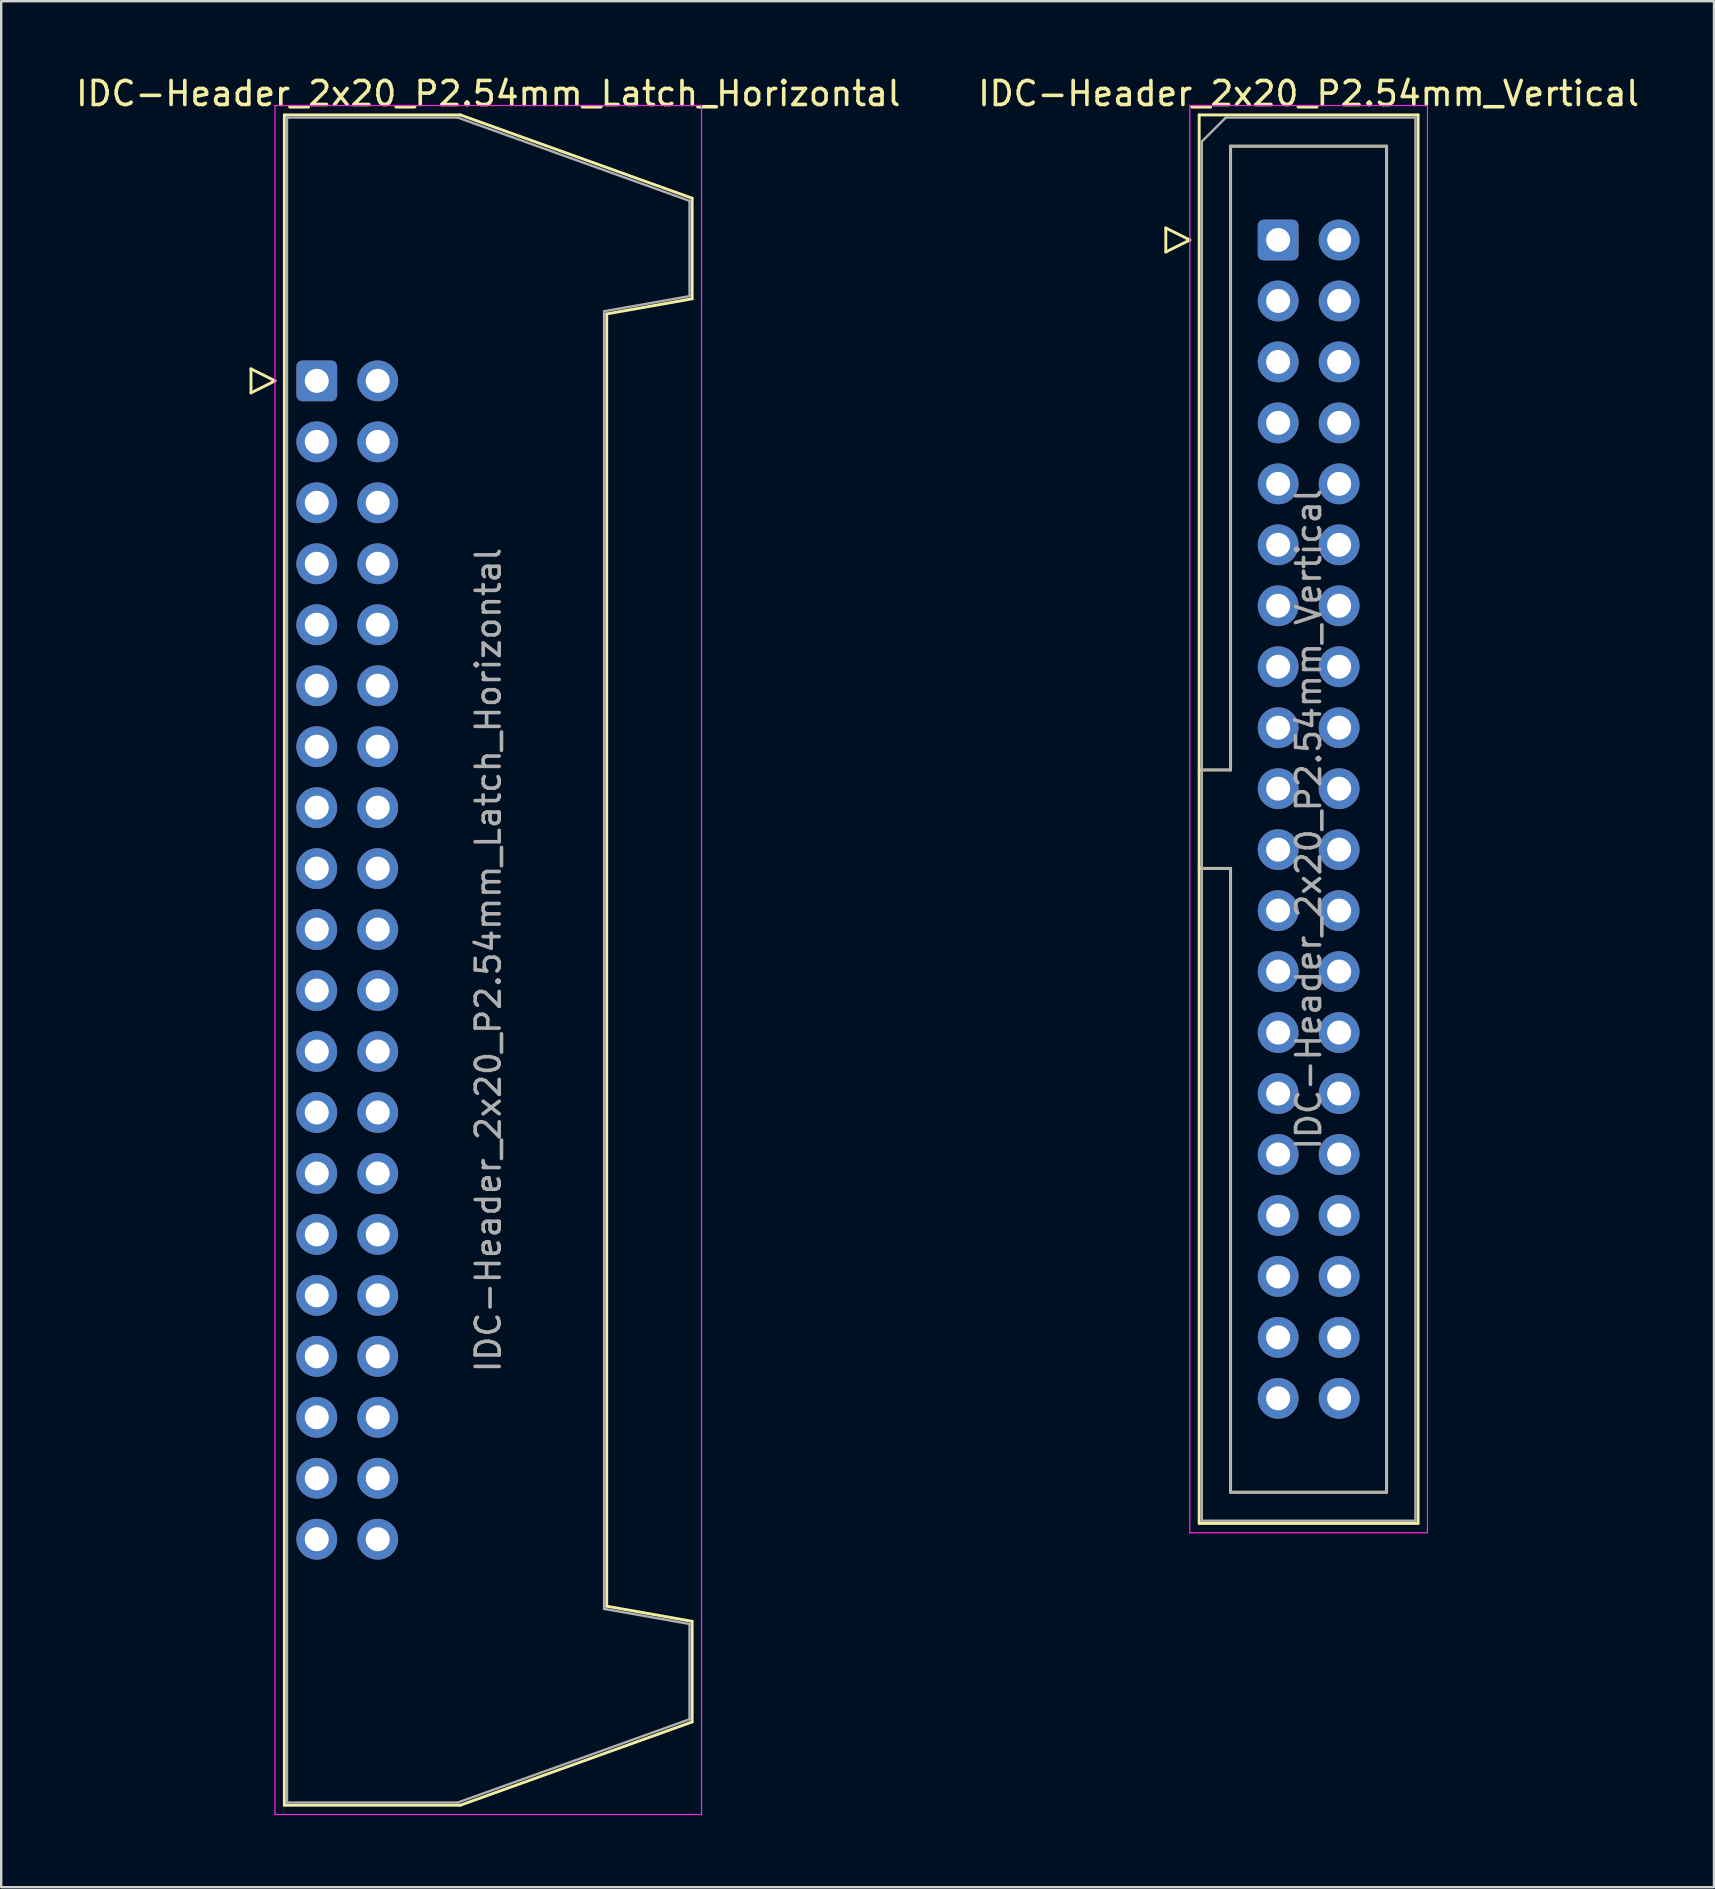
<source format=kicad_pcb>
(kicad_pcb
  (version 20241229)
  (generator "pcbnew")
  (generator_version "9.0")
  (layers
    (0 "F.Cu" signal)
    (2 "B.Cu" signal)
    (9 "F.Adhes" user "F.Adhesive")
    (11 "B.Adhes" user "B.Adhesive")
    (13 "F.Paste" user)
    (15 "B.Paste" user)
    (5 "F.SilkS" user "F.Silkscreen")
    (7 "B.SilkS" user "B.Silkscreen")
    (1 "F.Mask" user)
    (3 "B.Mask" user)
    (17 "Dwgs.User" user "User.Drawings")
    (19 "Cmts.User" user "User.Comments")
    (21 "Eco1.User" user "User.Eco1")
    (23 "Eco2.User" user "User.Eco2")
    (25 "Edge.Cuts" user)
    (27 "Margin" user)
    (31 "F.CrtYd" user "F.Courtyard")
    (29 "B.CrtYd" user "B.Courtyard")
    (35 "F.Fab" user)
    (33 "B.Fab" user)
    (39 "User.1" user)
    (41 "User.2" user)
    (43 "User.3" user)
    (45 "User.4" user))
  (footprint "IDC-Header_2x20_P2.54mm_Latch_Horizontal"
    (layer "F.Cu")
    (at 10.147 12.818)
    (property "Reference" "IDC-Header_2x20_P2.54mm_Latch_Horizontal" (at 7.145 -11.97 0) (layer "F.SilkS") (effects (font (size 1 1) (thickness 0.15))))
    (attr through_hole)
    (fp_line (start -2.74 -0.5) (end -2.74 0.5) (stroke (width 0.12) (type solid)) (layer "F.SilkS"))
    (fp_line (start -2.74 0.5) (end -1.74 0) (stroke (width 0.12) (type solid)) (layer "F.SilkS"))
    (fp_line (start -1.74 0) (end -2.74 -0.5) (stroke (width 0.12) (type solid)) (layer "F.SilkS"))
    (fp_line (start -1.35 -11.08) (end 5.98 -11.08) (stroke (width 0.12) (type solid)) (layer "F.SilkS"))
    (fp_line (start -1.35 59.34) (end -1.35 -11.08) (stroke (width 0.12) (type solid)) (layer "F.SilkS"))
    (fp_line (start 5.98 -11.08) (end 15.64 -7.61) (stroke (width 0.12) (type solid)) (layer "F.SilkS"))
    (fp_line (start 5.98 59.34) (end -1.35 59.34) (stroke (width 0.12) (type solid)) (layer "F.SilkS"))
    (fp_line (start 12.08 -2.79) (end 12.08 51.05) (stroke (width 0.12) (type solid)) (layer "F.SilkS"))
    (fp_line (start 12.08 51.05) (end 15.64 51.68) (stroke (width 0.12) (type solid)) (layer "F.SilkS"))
    (fp_line (start 15.64 -7.61) (end 15.64 -3.42) (stroke (width 0.12) (type solid)) (layer "F.SilkS"))
    (fp_line (start 15.64 -3.42) (end 12.08 -2.79) (stroke (width 0.12) (type solid)) (layer "F.SilkS"))
    (fp_line (start 15.64 51.68) (end 15.64 55.87) (stroke (width 0.12) (type solid)) (layer "F.SilkS"))
    (fp_line (start 15.64 55.87) (end 5.98 59.34) (stroke (width 0.12) (type solid)) (layer "F.SilkS"))
    (fp_line (start -1.74 -11.47) (end -1.74 59.73) (stroke (width 0.05) (type solid)) (layer "F.CrtYd"))
    (fp_line (start -1.74 59.73) (end 16.03 59.73) (stroke (width 0.05) (type solid)) (layer "F.CrtYd"))
    (fp_line (start 16.03 -11.47) (end -1.74 -11.47) (stroke (width 0.05) (type solid)) (layer "F.CrtYd"))
    (fp_line (start 16.03 59.73) (end 16.03 -11.47) (stroke (width 0.05) (type solid)) (layer "F.CrtYd"))
    (fp_line (start -1.24 -10.97) (end 5.87 -10.97) (stroke (width 0.1) (type solid)) (layer "F.Fab"))
    (fp_line (start -1.24 59.23) (end -1.24 -10.97) (stroke (width 0.1) (type solid)) (layer "F.Fab"))
    (fp_line (start 5.87 -10.97) (end 15.53 -7.5) (stroke (width 0.1) (type solid)) (layer "F.Fab"))
    (fp_line (start 5.87 59.23) (end -1.24 59.23) (stroke (width 0.1) (type solid)) (layer "F.Fab"))
    (fp_line (start 11.97 -2.9) (end 11.97 51.16) (stroke (width 0.1) (type solid)) (layer "F.Fab"))
    (fp_line (start 11.97 51.16) (end 15.53 51.79) (stroke (width 0.1) (type solid)) (layer "F.Fab"))
    (fp_line (start 15.53 -7.5) (end 15.53 -3.53) (stroke (width 0.1) (type solid)) (layer "F.Fab"))
    (fp_line (start 15.53 -3.53) (end 11.97 -2.9) (stroke (width 0.1) (type solid)) (layer "F.Fab"))
    (fp_line (start 15.53 51.79) (end 15.53 55.76) (stroke (width 0.1) (type solid)) (layer "F.Fab"))
    (fp_line (start 15.53 55.76) (end 5.87 59.23) (stroke (width 0.1) (type solid)) (layer "F.Fab"))
    (fp_text user "${REFERENCE}" (at 7.145 24.13 90) (layer "F.Fab") (effects (font (size 1 1) (thickness 0.15))))
    (pad "1" thru_hole roundrect (at 0 0) (size 1.7 1.7) (drill 1) (layers "*.Cu" "*.Mask") (roundrect_rratio 0.147))
    (pad "2" thru_hole circle (at 2.54 0) (size 1.7 1.7) (drill 1) (layers "*.Cu" "*.Mask"))
    (pad "3" thru_hole circle (at 0 2.54) (size 1.7 1.7) (drill 1) (layers "*.Cu" "*.Mask"))
    (pad "4" thru_hole circle (at 2.54 2.54) (size 1.7 1.7) (drill 1) (layers "*.Cu" "*.Mask"))
    (pad "5" thru_hole circle (at 0 5.08) (size 1.7 1.7) (drill 1) (layers "*.Cu" "*.Mask"))
    (pad "6" thru_hole circle (at 2.54 5.08) (size 1.7 1.7) (drill 1) (layers "*.Cu" "*.Mask"))
    (pad "7" thru_hole circle (at 0 7.62) (size 1.7 1.7) (drill 1) (layers "*.Cu" "*.Mask"))
    (pad "8" thru_hole circle (at 2.54 7.62) (size 1.7 1.7) (drill 1) (layers "*.Cu" "*.Mask"))
    (pad "9" thru_hole circle (at 0 10.16) (size 1.7 1.7) (drill 1) (layers "*.Cu" "*.Mask"))
    (pad "10" thru_hole circle (at 2.54 10.16) (size 1.7 1.7) (drill 1) (layers "*.Cu" "*.Mask"))
    (pad "11" thru_hole circle (at 0 12.7) (size 1.7 1.7) (drill 1) (layers "*.Cu" "*.Mask"))
    (pad "12" thru_hole circle (at 2.54 12.7) (size 1.7 1.7) (drill 1) (layers "*.Cu" "*.Mask"))
    (pad "13" thru_hole circle (at 0 15.24) (size 1.7 1.7) (drill 1) (layers "*.Cu" "*.Mask"))
    (pad "14" thru_hole circle (at 2.54 15.24) (size 1.7 1.7) (drill 1) (layers "*.Cu" "*.Mask"))
    (pad "15" thru_hole circle (at 0 17.78) (size 1.7 1.7) (drill 1) (layers "*.Cu" "*.Mask"))
    (pad "16" thru_hole circle (at 2.54 17.78) (size 1.7 1.7) (drill 1) (layers "*.Cu" "*.Mask"))
    (pad "17" thru_hole circle (at 0 20.32) (size 1.7 1.7) (drill 1) (layers "*.Cu" "*.Mask"))
    (pad "18" thru_hole circle (at 2.54 20.32) (size 1.7 1.7) (drill 1) (layers "*.Cu" "*.Mask"))
    (pad "19" thru_hole circle (at 0 22.86) (size 1.7 1.7) (drill 1) (layers "*.Cu" "*.Mask"))
    (pad "20" thru_hole circle (at 2.54 22.86) (size 1.7 1.7) (drill 1) (layers "*.Cu" "*.Mask"))
    (pad "21" thru_hole circle (at 0 25.4) (size 1.7 1.7) (drill 1) (layers "*.Cu" "*.Mask"))
    (pad "22" thru_hole circle (at 2.54 25.4) (size 1.7 1.7) (drill 1) (layers "*.Cu" "*.Mask"))
    (pad "23" thru_hole circle (at 0 27.94) (size 1.7 1.7) (drill 1) (layers "*.Cu" "*.Mask"))
    (pad "24" thru_hole circle (at 2.54 27.94) (size 1.7 1.7) (drill 1) (layers "*.Cu" "*.Mask"))
    (pad "25" thru_hole circle (at 0 30.48) (size 1.7 1.7) (drill 1) (layers "*.Cu" "*.Mask"))
    (pad "26" thru_hole circle (at 2.54 30.48) (size 1.7 1.7) (drill 1) (layers "*.Cu" "*.Mask"))
    (pad "27" thru_hole circle (at 0 33.02) (size 1.7 1.7) (drill 1) (layers "*.Cu" "*.Mask"))
    (pad "28" thru_hole circle (at 2.54 33.02) (size 1.7 1.7) (drill 1) (layers "*.Cu" "*.Mask"))
    (pad "29" thru_hole circle (at 0 35.56) (size 1.7 1.7) (drill 1) (layers "*.Cu" "*.Mask"))
    (pad "30" thru_hole circle (at 2.54 35.56) (size 1.7 1.7) (drill 1) (layers "*.Cu" "*.Mask"))
    (pad "31" thru_hole circle (at 0 38.1) (size 1.7 1.7) (drill 1) (layers "*.Cu" "*.Mask"))
    (pad "32" thru_hole circle (at 2.54 38.1) (size 1.7 1.7) (drill 1) (layers "*.Cu" "*.Mask"))
    (pad "33" thru_hole circle (at 0 40.64) (size 1.7 1.7) (drill 1) (layers "*.Cu" "*.Mask"))
    (pad "34" thru_hole circle (at 2.54 40.64) (size 1.7 1.7) (drill 1) (layers "*.Cu" "*.Mask"))
    (pad "35" thru_hole circle (at 0 43.18) (size 1.7 1.7) (drill 1) (layers "*.Cu" "*.Mask"))
    (pad "36" thru_hole circle (at 2.54 43.18) (size 1.7 1.7) (drill 1) (layers "*.Cu" "*.Mask"))
    (pad "37" thru_hole circle (at 0 45.72) (size 1.7 1.7) (drill 1) (layers "*.Cu" "*.Mask"))
    (pad "38" thru_hole circle (at 2.54 45.72) (size 1.7 1.7) (drill 1) (layers "*.Cu" "*.Mask"))
    (pad "39" thru_hole circle (at 0 48.26) (size 1.7 1.7) (drill 1) (layers "*.Cu" "*.Mask"))
    (pad "40" thru_hole circle (at 2.54 48.26) (size 1.7 1.7) (drill 1) (layers "*.Cu" "*.Mask")))
  (footprint "IDC-Header_2x20_P2.54mm_Vertical"
    (layer "F.Cu")
    (at 50.2 6.948)
    (property "Reference" "IDC-Header_2x20_P2.54mm_Vertical" (at 1.27 -6.1 0) (layer "F.SilkS") (effects (font (size 1 1) (thickness 0.15))))
    (attr through_hole)
    (fp_line (start -4.68 -0.5) (end -4.68 0.5) (stroke (width 0.12) (type solid)) (layer "F.SilkS"))
    (fp_line (start -4.68 0.5) (end -3.68 0) (stroke (width 0.12) (type solid)) (layer "F.SilkS"))
    (fp_line (start -3.68 0) (end -4.68 -0.5) (stroke (width 0.12) (type solid)) (layer "F.SilkS"))
    (fp_line (start -3.29 -5.21) (end 5.83 -5.21) (stroke (width 0.12) (type solid)) (layer "F.SilkS"))
    (fp_line (start -3.29 22.08) (end -1.98 22.08) (stroke (width 0.12) (type solid)) (layer "F.SilkS"))
    (fp_line (start -3.29 53.47) (end -3.29 -5.21) (stroke (width 0.12) (type solid)) (layer "F.SilkS"))
    (fp_line (start -1.98 -3.91) (end 4.52 -3.91) (stroke (width 0.12) (type solid)) (layer "F.SilkS"))
    (fp_line (start -1.98 22.08) (end -1.98 -3.91) (stroke (width 0.12) (type solid)) (layer "F.SilkS"))
    (fp_line (start -1.98 26.18) (end -3.29 26.18) (stroke (width 0.12) (type solid)) (layer "F.SilkS"))
    (fp_line (start -1.98 26.18) (end -1.98 26.18) (stroke (width 0.12) (type solid)) (layer "F.SilkS"))
    (fp_line (start -1.98 52.17) (end -1.98 26.18) (stroke (width 0.12) (type solid)) (layer "F.SilkS"))
    (fp_line (start 4.52 -3.91) (end 4.52 52.17) (stroke (width 0.12) (type solid)) (layer "F.SilkS"))
    (fp_line (start 4.52 52.17) (end -1.98 52.17) (stroke (width 0.12) (type solid)) (layer "F.SilkS"))
    (fp_line (start 5.83 -5.21) (end 5.83 53.47) (stroke (width 0.12) (type solid)) (layer "F.SilkS"))
    (fp_line (start 5.83 53.47) (end -3.29 53.47) (stroke (width 0.12) (type solid)) (layer "F.SilkS"))
    (fp_line (start -3.68 -5.6) (end -3.68 53.86) (stroke (width 0.05) (type solid)) (layer "F.CrtYd"))
    (fp_line (start -3.68 53.86) (end 6.22 53.86) (stroke (width 0.05) (type solid)) (layer "F.CrtYd"))
    (fp_line (start 6.22 -5.6) (end -3.68 -5.6) (stroke (width 0.05) (type solid)) (layer "F.CrtYd"))
    (fp_line (start 6.22 53.86) (end 6.22 -5.6) (stroke (width 0.05) (type solid)) (layer "F.CrtYd"))
    (fp_line (start -3.18 -4.1) (end -2.18 -5.1) (stroke (width 0.1) (type solid)) (layer "F.Fab"))
    (fp_line (start -3.18 22.08) (end -1.98 22.08) (stroke (width 0.1) (type solid)) (layer "F.Fab"))
    (fp_line (start -3.18 53.36) (end -3.18 -4.1) (stroke (width 0.1) (type solid)) (layer "F.Fab"))
    (fp_line (start -2.18 -5.1) (end 5.72 -5.1) (stroke (width 0.1) (type solid)) (layer "F.Fab"))
    (fp_line (start -1.98 -3.91) (end 4.52 -3.91) (stroke (width 0.1) (type solid)) (layer "F.Fab"))
    (fp_line (start -1.98 22.08) (end -1.98 -3.91) (stroke (width 0.1) (type solid)) (layer "F.Fab"))
    (fp_line (start -1.98 26.18) (end -3.18 26.18) (stroke (width 0.1) (type solid)) (layer "F.Fab"))
    (fp_line (start -1.98 26.18) (end -1.98 26.18) (stroke (width 0.1) (type solid)) (layer "F.Fab"))
    (fp_line (start -1.98 52.17) (end -1.98 26.18) (stroke (width 0.1) (type solid)) (layer "F.Fab"))
    (fp_line (start 4.52 -3.91) (end 4.52 52.17) (stroke (width 0.1) (type solid)) (layer "F.Fab"))
    (fp_line (start 4.52 52.17) (end -1.98 52.17) (stroke (width 0.1) (type solid)) (layer "F.Fab"))
    (fp_line (start 5.72 -5.1) (end 5.72 53.36) (stroke (width 0.1) (type solid)) (layer "F.Fab"))
    (fp_line (start 5.72 53.36) (end -3.18 53.36) (stroke (width 0.1) (type solid)) (layer "F.Fab"))
    (fp_text user "${REFERENCE}" (at 1.27 24.13 90) (layer "F.Fab") (effects (font (size 1 1) (thickness 0.15))))
    (pad "1" thru_hole roundrect (at 0 0) (size 1.7 1.7) (drill 1) (layers "*.Cu" "*.Mask") (roundrect_rratio 0.147))
    (pad "2" thru_hole circle (at 2.54 0) (size 1.7 1.7) (drill 1) (layers "*.Cu" "*.Mask"))
    (pad "3" thru_hole circle (at 0 2.54) (size 1.7 1.7) (drill 1) (layers "*.Cu" "*.Mask"))
    (pad "4" thru_hole circle (at 2.54 2.54) (size 1.7 1.7) (drill 1) (layers "*.Cu" "*.Mask"))
    (pad "5" thru_hole circle (at 0 5.08) (size 1.7 1.7) (drill 1) (layers "*.Cu" "*.Mask"))
    (pad "6" thru_hole circle (at 2.54 5.08) (size 1.7 1.7) (drill 1) (layers "*.Cu" "*.Mask"))
    (pad "7" thru_hole circle (at 0 7.62) (size 1.7 1.7) (drill 1) (layers "*.Cu" "*.Mask"))
    (pad "8" thru_hole circle (at 2.54 7.62) (size 1.7 1.7) (drill 1) (layers "*.Cu" "*.Mask"))
    (pad "9" thru_hole circle (at 0 10.16) (size 1.7 1.7) (drill 1) (layers "*.Cu" "*.Mask"))
    (pad "10" thru_hole circle (at 2.54 10.16) (size 1.7 1.7) (drill 1) (layers "*.Cu" "*.Mask"))
    (pad "11" thru_hole circle (at 0 12.7) (size 1.7 1.7) (drill 1) (layers "*.Cu" "*.Mask"))
    (pad "12" thru_hole circle (at 2.54 12.7) (size 1.7 1.7) (drill 1) (layers "*.Cu" "*.Mask"))
    (pad "13" thru_hole circle (at 0 15.24) (size 1.7 1.7) (drill 1) (layers "*.Cu" "*.Mask"))
    (pad "14" thru_hole circle (at 2.54 15.24) (size 1.7 1.7) (drill 1) (layers "*.Cu" "*.Mask"))
    (pad "15" thru_hole circle (at 0 17.78) (size 1.7 1.7) (drill 1) (layers "*.Cu" "*.Mask"))
    (pad "16" thru_hole circle (at 2.54 17.78) (size 1.7 1.7) (drill 1) (layers "*.Cu" "*.Mask"))
    (pad "17" thru_hole circle (at 0 20.32) (size 1.7 1.7) (drill 1) (layers "*.Cu" "*.Mask"))
    (pad "18" thru_hole circle (at 2.54 20.32) (size 1.7 1.7) (drill 1) (layers "*.Cu" "*.Mask"))
    (pad "19" thru_hole circle (at 0 22.86) (size 1.7 1.7) (drill 1) (layers "*.Cu" "*.Mask"))
    (pad "20" thru_hole circle (at 2.54 22.86) (size 1.7 1.7) (drill 1) (layers "*.Cu" "*.Mask"))
    (pad "21" thru_hole circle (at 0 25.4) (size 1.7 1.7) (drill 1) (layers "*.Cu" "*.Mask"))
    (pad "22" thru_hole circle (at 2.54 25.4) (size 1.7 1.7) (drill 1) (layers "*.Cu" "*.Mask"))
    (pad "23" thru_hole circle (at 0 27.94) (size 1.7 1.7) (drill 1) (layers "*.Cu" "*.Mask"))
    (pad "24" thru_hole circle (at 2.54 27.94) (size 1.7 1.7) (drill 1) (layers "*.Cu" "*.Mask"))
    (pad "25" thru_hole circle (at 0 30.48) (size 1.7 1.7) (drill 1) (layers "*.Cu" "*.Mask"))
    (pad "26" thru_hole circle (at 2.54 30.48) (size 1.7 1.7) (drill 1) (layers "*.Cu" "*.Mask"))
    (pad "27" thru_hole circle (at 0 33.02) (size 1.7 1.7) (drill 1) (layers "*.Cu" "*.Mask"))
    (pad "28" thru_hole circle (at 2.54 33.02) (size 1.7 1.7) (drill 1) (layers "*.Cu" "*.Mask"))
    (pad "29" thru_hole circle (at 0 35.56) (size 1.7 1.7) (drill 1) (layers "*.Cu" "*.Mask"))
    (pad "30" thru_hole circle (at 2.54 35.56) (size 1.7 1.7) (drill 1) (layers "*.Cu" "*.Mask"))
    (pad "31" thru_hole circle (at 0 38.1) (size 1.7 1.7) (drill 1) (layers "*.Cu" "*.Mask"))
    (pad "32" thru_hole circle (at 2.54 38.1) (size 1.7 1.7) (drill 1) (layers "*.Cu" "*.Mask"))
    (pad "33" thru_hole circle (at 0 40.64) (size 1.7 1.7) (drill 1) (layers "*.Cu" "*.Mask"))
    (pad "34" thru_hole circle (at 2.54 40.64) (size 1.7 1.7) (drill 1) (layers "*.Cu" "*.Mask"))
    (pad "35" thru_hole circle (at 0 43.18) (size 1.7 1.7) (drill 1) (layers "*.Cu" "*.Mask"))
    (pad "36" thru_hole circle (at 2.54 43.18) (size 1.7 1.7) (drill 1) (layers "*.Cu" "*.Mask"))
    (pad "37" thru_hole circle (at 0 45.72) (size 1.7 1.7) (drill 1) (layers "*.Cu" "*.Mask"))
    (pad "38" thru_hole circle (at 2.54 45.72) (size 1.7 1.7) (drill 1) (layers "*.Cu" "*.Mask"))
    (pad "39" thru_hole circle (at 0 48.26) (size 1.7 1.7) (drill 1) (layers "*.Cu" "*.Mask"))
    (pad "40" thru_hole circle (at 2.54 48.26) (size 1.7 1.7) (drill 1) (layers "*.Cu" "*.Mask")))
  (gr_rect
    (start -3 -3)
    (end 68.357 75.573)
    (stroke (width 0.1) (type default))
    (fill no)
    (layer "Edge.Cuts")))
</source>
